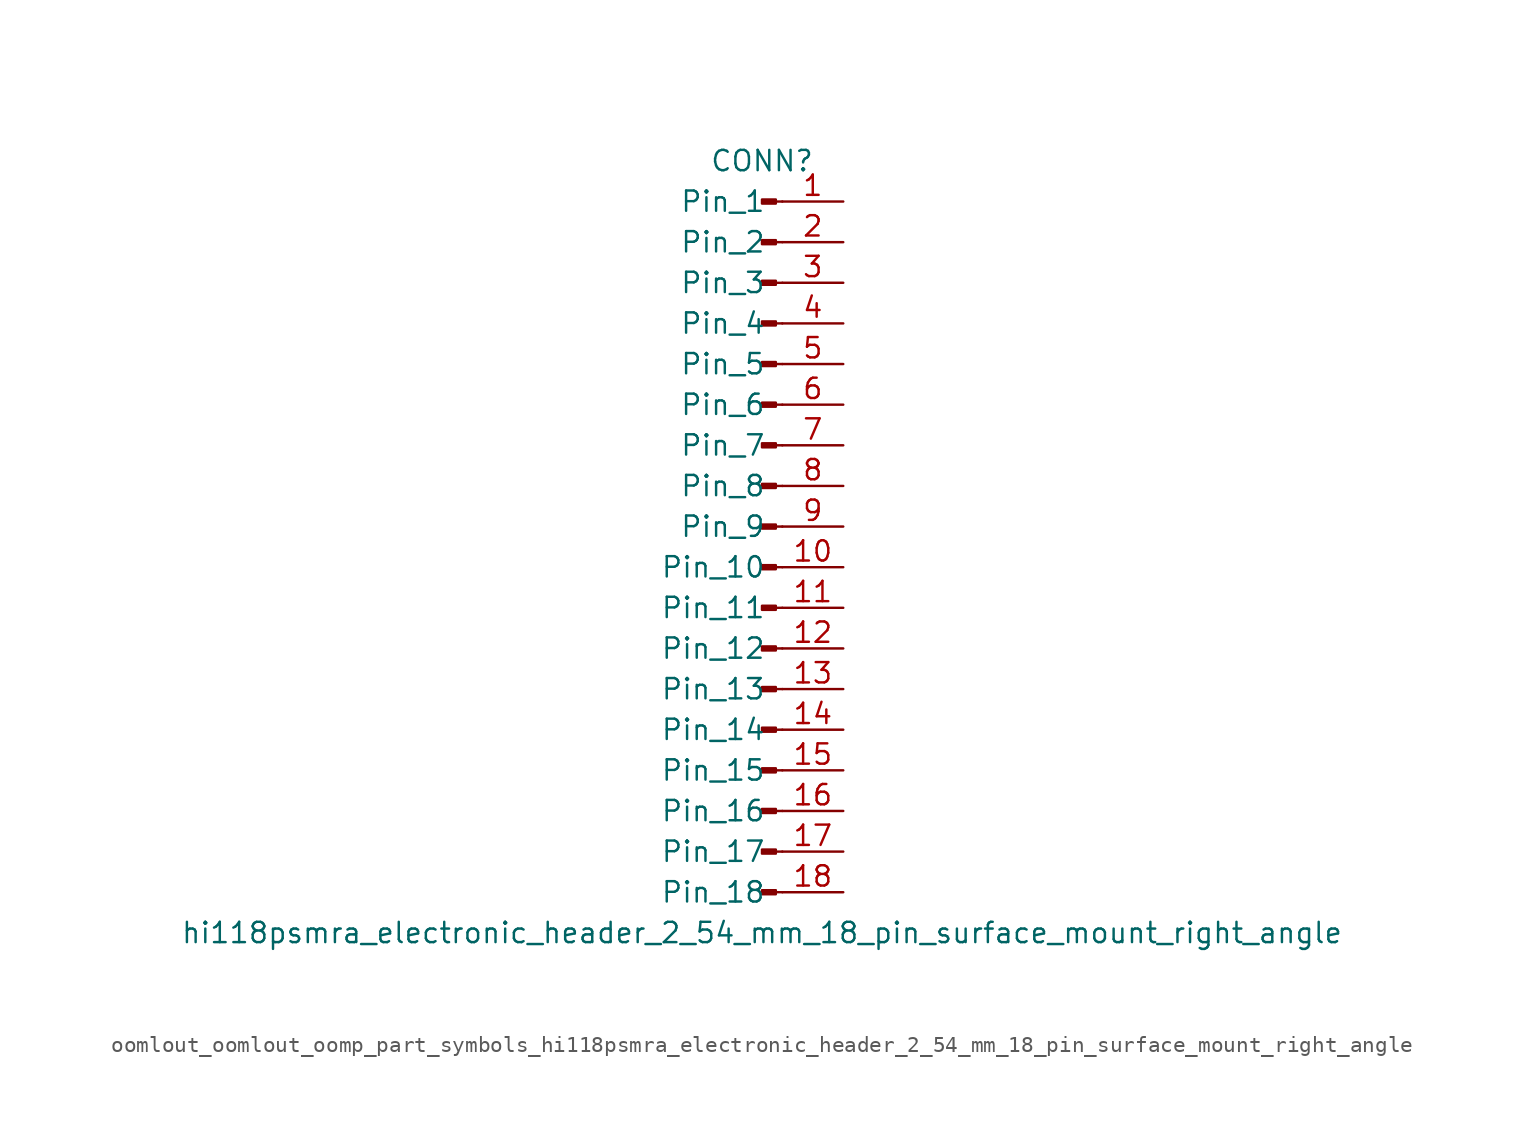
<source format=kicad_sym>
(kicad_symbol_lib
  (version 20220914)
  (generator kicad_symbol_editor)
  (symbol "oomlout_oomlout_oomp_part_symbols_hi118psmra_electronic_header_2_54_mm_18_pin_surface_mount_right_angle"
    (pin_names
      (offset 1.016))
    (property "Reference" "CONN"
      (at 0 22.86 0)
      (effects (font (size 1.27 1.27))))
    (property "Value" "hi118psmra_electronic_header_2_54_mm_18_pin_surface_mount_right_angle"
      (at 0 -25.4 0)
      (effects (font (size 1.27 1.27))))
    (property "ki_locked" ""
      (at 0 0 0)
      (effects (font (size 1.27 1.27))))
    (symbol "oomlout_oomlout_oomp_part_symbols_hi118psmra_electronic_header_2_54_mm_18_pin_surface_mount_right_angle_1_1"
      (polyline (pts (xy 1.27 -22.86) (xy 0.864 -22.86)) (stroke (width 0.152) (type default)) (fill (type none)))
      (polyline (pts (xy 1.27 -20.32) (xy 0.864 -20.32)) (stroke (width 0.152) (type default)) (fill (type none)))
      (polyline (pts (xy 1.27 -17.78) (xy 0.864 -17.78)) (stroke (width 0.152) (type default)) (fill (type none)))
      (polyline (pts (xy 1.27 -15.24) (xy 0.864 -15.24)) (stroke (width 0.152) (type default)) (fill (type none)))
      (polyline (pts (xy 1.27 -12.7) (xy 0.864 -12.7)) (stroke (width 0.152) (type default)) (fill (type none)))
      (polyline (pts (xy 1.27 -10.16) (xy 0.864 -10.16)) (stroke (width 0.152) (type default)) (fill (type none)))
      (polyline (pts (xy 1.27 -7.62) (xy 0.864 -7.62)) (stroke (width 0.152) (type default)) (fill (type none)))
      (polyline (pts (xy 1.27 -5.08) (xy 0.864 -5.08)) (stroke (width 0.152) (type default)) (fill (type none)))
      (polyline (pts (xy 1.27 -2.54) (xy 0.864 -2.54)) (stroke (width 0.152) (type default)) (fill (type none)))
      (polyline (pts (xy 1.27 0) (xy 0.864 0)) (stroke (width 0.152) (type default)) (fill (type none)))
      (polyline (pts (xy 1.27 2.54) (xy 0.864 2.54)) (stroke (width 0.152) (type default)) (fill (type none)))
      (polyline (pts (xy 1.27 5.08) (xy 0.864 5.08)) (stroke (width 0.152) (type default)) (fill (type none)))
      (polyline (pts (xy 1.27 7.62) (xy 0.864 7.62)) (stroke (width 0.152) (type default)) (fill (type none)))
      (polyline (pts (xy 1.27 10.16) (xy 0.864 10.16)) (stroke (width 0.152) (type default)) (fill (type none)))
      (polyline (pts (xy 1.27 12.7) (xy 0.864 12.7)) (stroke (width 0.152) (type default)) (fill (type none)))
      (polyline (pts (xy 1.27 15.24) (xy 0.864 15.24)) (stroke (width 0.152) (type default)) (fill (type none)))
      (polyline (pts (xy 1.27 17.78) (xy 0.864 17.78)) (stroke (width 0.152) (type default)) (fill (type none)))
      (polyline (pts (xy 1.27 20.32) (xy 0.864 20.32)) (stroke (width 0.152) (type default)) (fill (type none)))
      (rectangle (start 0.864 -22.733) (end 0 -22.987) (stroke (width 0.152) (type default)) (fill (type outline)))
      (rectangle (start 0.864 -20.193) (end 0 -20.447) (stroke (width 0.152) (type default)) (fill (type outline)))
      (rectangle (start 0.864 -17.653) (end 0 -17.907) (stroke (width 0.152) (type default)) (fill (type outline)))
      (rectangle (start 0.864 -15.113) (end 0 -15.367) (stroke (width 0.152) (type default)) (fill (type outline)))
      (rectangle (start 0.864 -12.573) (end 0 -12.827) (stroke (width 0.152) (type default)) (fill (type outline)))
      (rectangle (start 0.864 -10.033) (end 0 -10.287) (stroke (width 0.152) (type default)) (fill (type outline)))
      (rectangle (start 0.864 -7.493) (end 0 -7.747) (stroke (width 0.152) (type default)) (fill (type outline)))
      (rectangle (start 0.864 -4.953) (end 0 -5.207) (stroke (width 0.152) (type default)) (fill (type outline)))
      (rectangle (start 0.864 -2.413) (end 0 -2.667) (stroke (width 0.152) (type default)) (fill (type outline)))
      (rectangle (start 0.864 0.127) (end 0 -0.127) (stroke (width 0.152) (type default)) (fill (type outline)))
      (rectangle (start 0.864 2.667) (end 0 2.413) (stroke (width 0.152) (type default)) (fill (type outline)))
      (rectangle (start 0.864 5.207) (end 0 4.953) (stroke (width 0.152) (type default)) (fill (type outline)))
      (rectangle (start 0.864 7.747) (end 0 7.493) (stroke (width 0.152) (type default)) (fill (type outline)))
      (rectangle (start 0.864 10.287) (end 0 10.033) (stroke (width 0.152) (type default)) (fill (type outline)))
      (rectangle (start 0.864 12.827) (end 0 12.573) (stroke (width 0.152) (type default)) (fill (type outline)))
      (rectangle (start 0.864 15.367) (end 0 15.113) (stroke (width 0.152) (type default)) (fill (type outline)))
      (rectangle (start 0.864 17.907) (end 0 17.653) (stroke (width 0.152) (type default)) (fill (type outline)))
      (rectangle (start 0.864 20.447) (end 0 20.193) (stroke (width 0.152) (type default)) (fill (type outline)))
      (pin passive line (at 5.08 20.32 180) (length 3.81) (name "Pin_1" (effects (font (size 1.27 1.27)))) (number "1" (effects (font (size 1.27 1.27)))))
      (pin passive line (at 5.08 -2.54 180) (length 3.81) (name "Pin_10" (effects (font (size 1.27 1.27)))) (number "10" (effects (font (size 1.27 1.27)))))
      (pin passive line (at 5.08 -5.08 180) (length 3.81) (name "Pin_11" (effects (font (size 1.27 1.27)))) (number "11" (effects (font (size 1.27 1.27)))))
      (pin passive line (at 5.08 -7.62 180) (length 3.81) (name "Pin_12" (effects (font (size 1.27 1.27)))) (number "12" (effects (font (size 1.27 1.27)))))
      (pin passive line (at 5.08 -10.16 180) (length 3.81) (name "Pin_13" (effects (font (size 1.27 1.27)))) (number "13" (effects (font (size 1.27 1.27)))))
      (pin passive line (at 5.08 -12.7 180) (length 3.81) (name "Pin_14" (effects (font (size 1.27 1.27)))) (number "14" (effects (font (size 1.27 1.27)))))
      (pin passive line (at 5.08 -15.24 180) (length 3.81) (name "Pin_15" (effects (font (size 1.27 1.27)))) (number "15" (effects (font (size 1.27 1.27)))))
      (pin passive line (at 5.08 -17.78 180) (length 3.81) (name "Pin_16" (effects (font (size 1.27 1.27)))) (number "16" (effects (font (size 1.27 1.27)))))
      (pin passive line (at 5.08 -20.32 180) (length 3.81) (name "Pin_17" (effects (font (size 1.27 1.27)))) (number "17" (effects (font (size 1.27 1.27)))))
      (pin passive line (at 5.08 -22.86 180) (length 3.81) (name "Pin_18" (effects (font (size 1.27 1.27)))) (number "18" (effects (font (size 1.27 1.27)))))
      (pin passive line (at 5.08 17.78 180) (length 3.81) (name "Pin_2" (effects (font (size 1.27 1.27)))) (number "2" (effects (font (size 1.27 1.27)))))
      (pin passive line (at 5.08 15.24 180) (length 3.81) (name "Pin_3" (effects (font (size 1.27 1.27)))) (number "3" (effects (font (size 1.27 1.27)))))
      (pin passive line (at 5.08 12.7 180) (length 3.81) (name "Pin_4" (effects (font (size 1.27 1.27)))) (number "4" (effects (font (size 1.27 1.27)))))
      (pin passive line (at 5.08 10.16 180) (length 3.81) (name "Pin_5" (effects (font (size 1.27 1.27)))) (number "5" (effects (font (size 1.27 1.27)))))
      (pin passive line (at 5.08 7.62 180) (length 3.81) (name "Pin_6" (effects (font (size 1.27 1.27)))) (number "6" (effects (font (size 1.27 1.27)))))
      (pin passive line (at 5.08 5.08 180) (length 3.81) (name "Pin_7" (effects (font (size 1.27 1.27)))) (number "7" (effects (font (size 1.27 1.27)))))
      (pin passive line (at 5.08 2.54 180) (length 3.81) (name "Pin_8" (effects (font (size 1.27 1.27)))) (number "8" (effects (font (size 1.27 1.27)))))
      (pin passive line (at 5.08 0 180) (length 3.81) (name "Pin_9" (effects (font (size 1.27 1.27)))) (number "9" (effects (font (size 1.27 1.27))))))))
</source>
